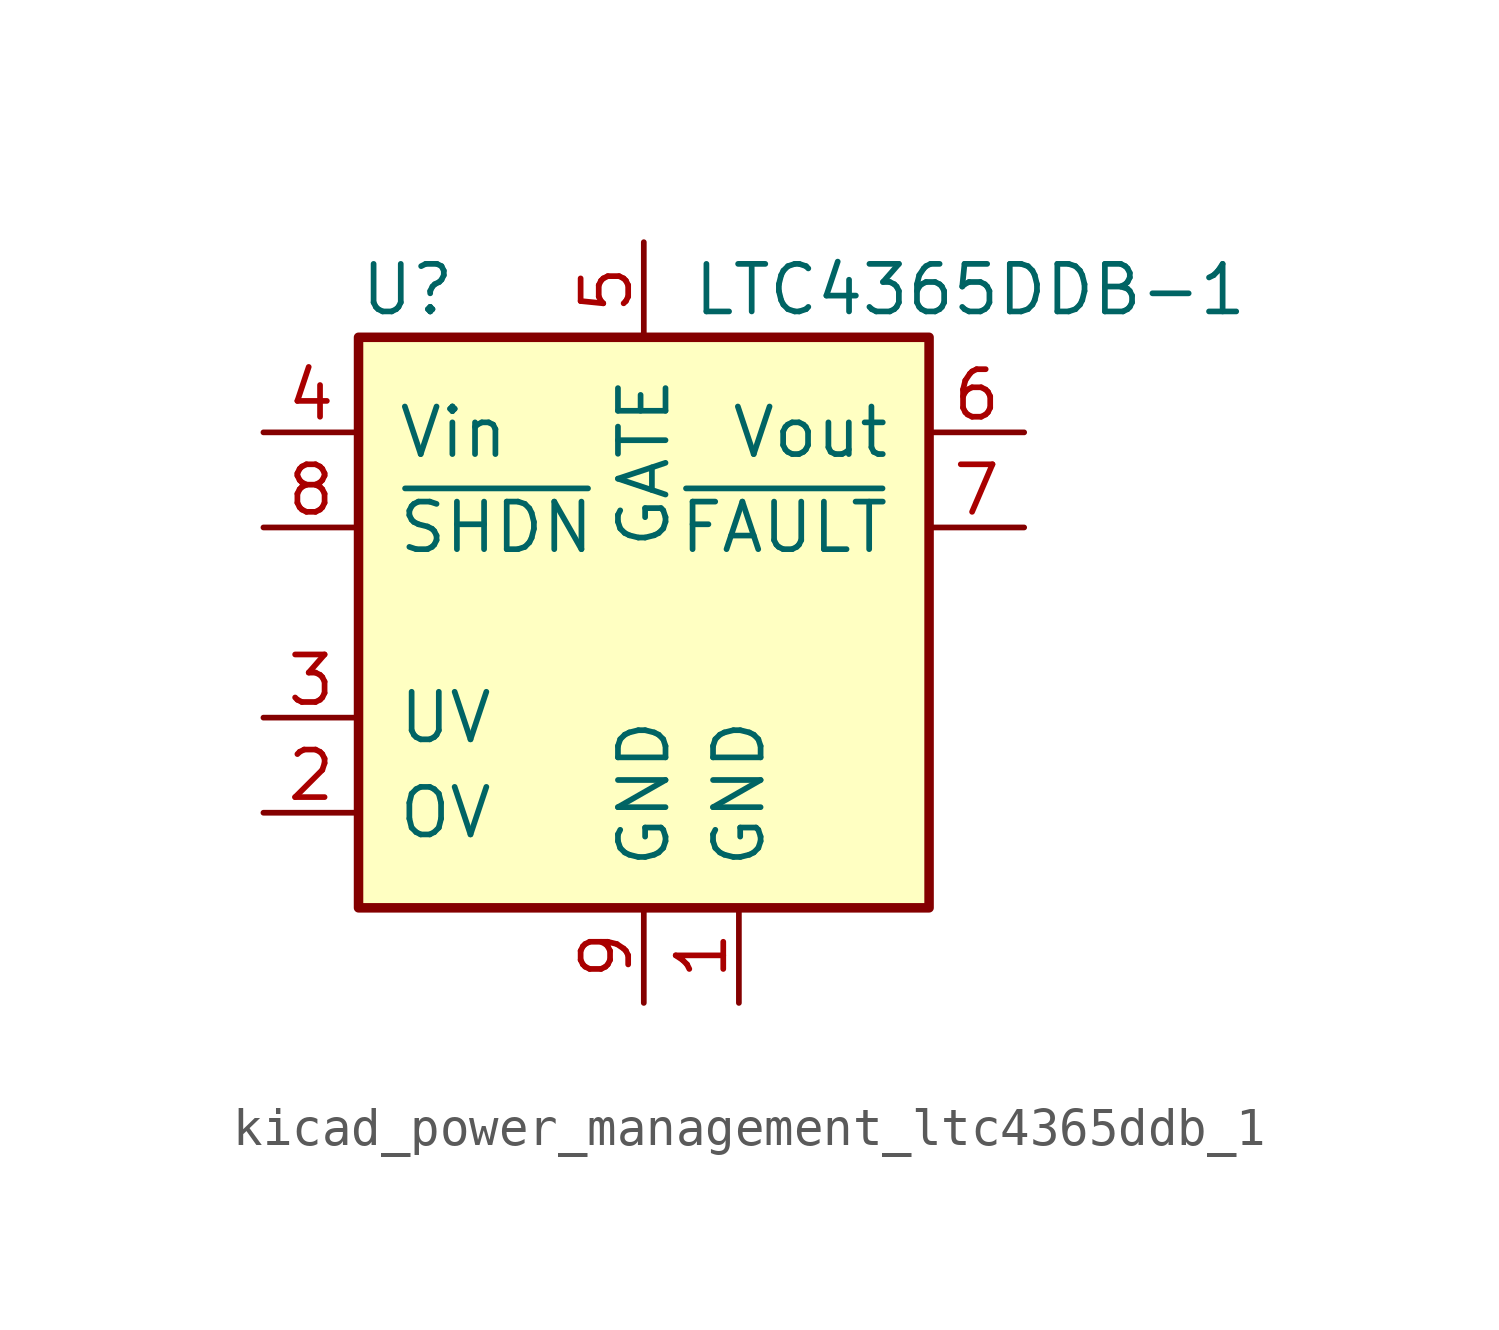
<source format=kicad_sym>
(kicad_symbol_lib
  (version 20220914)
  (generator kicad_symbol_editor)
  (symbol "kicad_power_management_ltc4365ddb_1"
    (pin_names
      (offset 1.016))
    (property "Reference" "U"
      (at -7.62 8.89 0)
      (effects (font (size 1.27 1.27)) (justify left)))
    (property "Value" "LTC4365DDB-1"
      (at 1.27 8.89 0)
      (effects (font (size 1.27 1.27)) (justify left)))
    (symbol "kicad_power_management_ltc4365ddb_1_0_1"
      (rectangle (start -7.62 7.62) (end 7.62 -7.62) (stroke (width 0.254) (type default)) (fill (type background))))
    (symbol "kicad_power_management_ltc4365ddb_1_1_1"
      (pin power_in line (at 2.54 -10.16 90) (length 2.54) (name "GND" (effects (font (size 1.27 1.27)))) (number "1" (effects (font (size 1.27 1.27)))))
      (pin input line (at -10.16 -5.08 0) (length 2.54) (name "OV" (effects (font (size 1.27 1.27)))) (number "2" (effects (font (size 1.27 1.27)))))
      (pin input line (at -10.16 -2.54 0) (length 2.54) (name "UV" (effects (font (size 1.27 1.27)))) (number "3" (effects (font (size 1.27 1.27)))))
      (pin power_in line (at -10.16 5.08 0) (length 2.54) (name "Vin" (effects (font (size 1.27 1.27)))) (number "4" (effects (font (size 1.27 1.27)))))
      (pin output line (at 0 10.16 270) (length 2.54) (name "GATE" (effects (font (size 1.27 1.27)))) (number "5" (effects (font (size 1.27 1.27)))))
      (pin input line (at 10.16 5.08 180) (length 2.54) (name "Vout" (effects (font (size 1.27 1.27)))) (number "6" (effects (font (size 1.27 1.27)))))
      (pin open_collector line (at 10.16 2.54 180) (length 2.54) (name "~{FAULT}" (effects (font (size 1.27 1.27)))) (number "7" (effects (font (size 1.27 1.27)))))
      (pin input line (at -10.16 2.54 0) (length 2.54) (name "~{SHDN}" (effects (font (size 1.27 1.27)))) (number "8" (effects (font (size 1.27 1.27)))))
      (pin power_in line (at 0 -10.16 90) (length 2.54) (name "GND" (effects (font (size 1.27 1.27)))) (number "9" (effects (font (size 1.27 1.27))))))))
</source>
